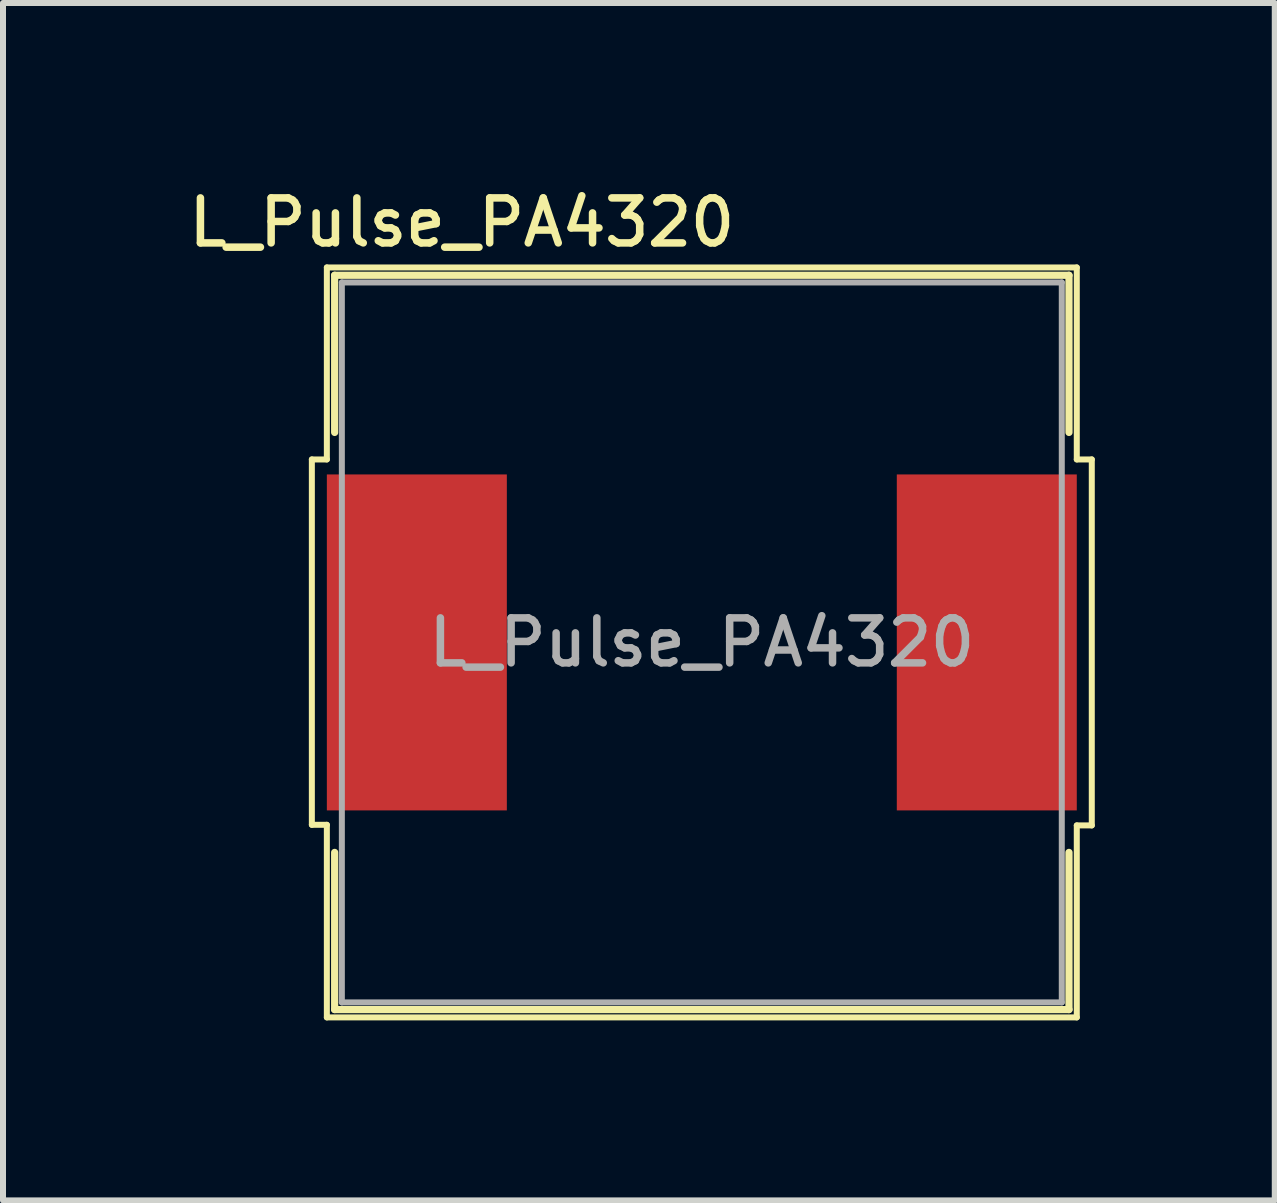
<source format=kicad_pcb>
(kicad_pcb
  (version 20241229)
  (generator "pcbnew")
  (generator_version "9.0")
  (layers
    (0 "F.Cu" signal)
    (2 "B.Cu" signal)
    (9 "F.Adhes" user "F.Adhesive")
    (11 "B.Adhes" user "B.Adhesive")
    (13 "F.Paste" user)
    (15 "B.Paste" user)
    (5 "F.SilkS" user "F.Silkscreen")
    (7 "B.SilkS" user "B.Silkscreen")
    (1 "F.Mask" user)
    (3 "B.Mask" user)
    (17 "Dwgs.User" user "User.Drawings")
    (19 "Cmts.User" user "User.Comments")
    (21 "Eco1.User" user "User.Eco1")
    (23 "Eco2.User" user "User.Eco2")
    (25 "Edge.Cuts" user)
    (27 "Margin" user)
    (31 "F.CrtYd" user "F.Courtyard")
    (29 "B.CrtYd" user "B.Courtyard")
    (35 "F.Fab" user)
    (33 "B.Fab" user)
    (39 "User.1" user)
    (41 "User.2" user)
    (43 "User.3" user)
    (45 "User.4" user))
  (footprint "L_Pulse_PA4320"
    (layer "F.Cu")
    (at 8.648 7.658)
    (property "Reference" "L_Pulse_PA4320" (at -4 -7 0) (layer "F.SilkS") (effects (font (size 0.75 0.75) (thickness 0.125))))
    (attr smd)
    (fp_line (start -6.5 3.04) (end -6.5 -3.05) (stroke (width 0.1) (type solid)) (layer "F.SilkS"))
    (fp_line (start -6.25 -6.25) (end -6.25 -3.05) (stroke (width 0.1) (type solid)) (layer "F.SilkS"))
    (fp_line (start -6.25 -6.25) (end 6.25 -6.25) (stroke (width 0.1) (type solid)) (layer "F.SilkS"))
    (fp_line (start -6.25 -3.05) (end -6.5 -3.05) (stroke (width 0.1) (type solid)) (layer "F.SilkS"))
    (fp_line (start -6.25 3.04) (end -6.5 3.04) (stroke (width 0.1) (type solid)) (layer "F.SilkS"))
    (fp_line (start -6.25 3.04) (end -6.25 6.25) (stroke (width 0.1) (type solid)) (layer "F.SilkS"))
    (fp_line (start -6.12 -6.12) (end -6.12 -3.5) (stroke (width 0.12) (type solid)) (layer "F.SilkS"))
    (fp_line (start -6.12 -6.12) (end 6.12 -6.12) (stroke (width 0.12) (type solid)) (layer "F.SilkS"))
    (fp_line (start -6.12 3.5) (end -6.12 6.12) (stroke (width 0.12) (type solid)) (layer "F.SilkS"))
    (fp_line (start -6.12 6.12) (end 6.12 6.12) (stroke (width 0.12) (type solid)) (layer "F.SilkS"))
    (fp_line (start 6.12 -6.12) (end 6.12 -3.5) (stroke (width 0.12) (type solid)) (layer "F.SilkS"))
    (fp_line (start 6.12 3.5) (end 6.12 6.12) (stroke (width 0.12) (type solid)) (layer "F.SilkS"))
    (fp_line (start 6.25 -6.25) (end 6.25 -3.05) (stroke (width 0.1) (type solid)) (layer "F.SilkS"))
    (fp_line (start 6.25 -3.05) (end 6.5 -3.05) (stroke (width 0.1) (type solid)) (layer "F.SilkS"))
    (fp_line (start 6.25 3.05) (end 6.25 6.25) (stroke (width 0.1) (type solid)) (layer "F.SilkS"))
    (fp_line (start 6.25 6.25) (end -6.25 6.25) (stroke (width 0.1) (type solid)) (layer "F.SilkS"))
    (fp_line (start 6.5 -3.05) (end 6.5 3.05) (stroke (width 0.1) (type solid)) (layer "F.SilkS"))
    (fp_line (start 6.5 3.05) (end 6.25 3.05) (stroke (width 0.1) (type solid)) (layer "F.SilkS"))
    (fp_line (start -6 -6) (end 6 -6) (stroke (width 0.1) (type solid)) (layer "F.Fab"))
    (fp_line (start -6 6) (end -6 -6) (stroke (width 0.1) (type solid)) (layer "F.Fab"))
    (fp_line (start 6 -6) (end 6 6) (stroke (width 0.1) (type solid)) (layer "F.Fab"))
    (fp_line (start 6 6) (end -6 6) (stroke (width 0.1) (type solid)) (layer "F.Fab"))
    (fp_text user "${REFERENCE}" (at 0 0 0) (layer "F.Fab") (effects (font (size 0.75 0.75) (thickness 0.125))))
    (pad "1" smd rect (at -4.75 0 90) (size 5.6 3) (layers "F.Cu" "F.Mask" "F.Paste"))
    (pad "2" smd rect (at 4.75 0 90) (size 5.6 3) (layers "F.Cu" "F.Mask" "F.Paste")))
  (gr_rect
    (start -3 -3)
    (end 18.198 16.958)
    (stroke (width 0.1) (type default))
    (fill no)
    (layer "Edge.Cuts")))
</source>
